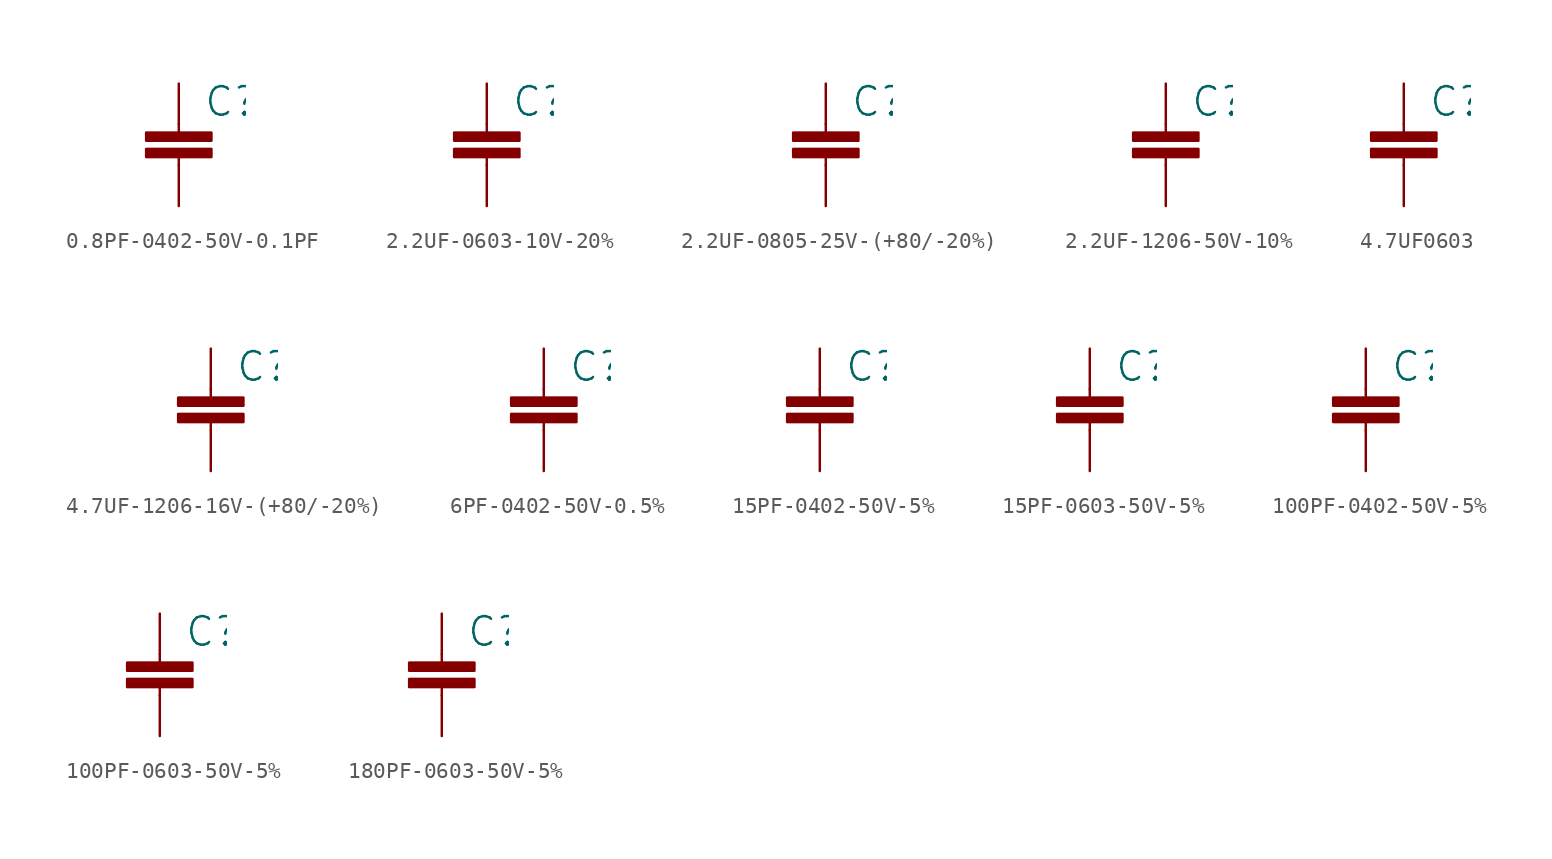
<source format=kicad_sym>
(kicad_symbol_lib
  (version 20220914)
  (generator kicad_symbol_editor)
  (symbol "0.8PF-0402-50V-0.1PF"
    (property "Reference" "C"
      (at 1.524 2.921 0)
      (effects (font (size 1.778 1.778)) (justify left bottom)))
    (property "Value" ""
      (at 1.524 -2.159 0)
      (effects (font (size 1.778 1.778)) (justify left bottom)))
    (property "ki_locked" ""
      (at 0 0 0)
      (effects (font (size 1.27 1.27))))
    (symbol "0.8PF-0402-50V-0.1PF_1_0"
      (rectangle (start -2.032 0.508) (end 2.032 1.016) (stroke (width 0) (type default)) (fill (type outline)))
      (rectangle (start -2.032 1.524) (end 2.032 2.032) (stroke (width 0) (type default)) (fill (type outline)))
      (polyline (pts (xy 0 0) (xy 0 0.508)) (stroke (width 0.152) (type solid)) (fill (type none)))
      (polyline (pts (xy 0 2.54) (xy 0 2.032)) (stroke (width 0.152) (type solid)) (fill (type none)))
      (pin passive line (at 0 5.08 270) (length 2.54) (name "1" (effects (font (size 0 0)))) (number "1" (effects (font (size 0 0)))))
      (pin passive line (at 0 -2.54 90) (length 2.54) (name "2" (effects (font (size 0 0)))) (number "2" (effects (font (size 0 0)))))))
  (symbol "2.2UF-0603-10V-20%"
    (property "Reference" "C"
      (at 1.524 2.921 0)
      (effects (font (size 1.778 1.778)) (justify left bottom)))
    (property "Value" ""
      (at 1.524 -2.159 0)
      (effects (font (size 1.778 1.778)) (justify left bottom)))
    (property "ki_locked" ""
      (at 0 0 0)
      (effects (font (size 1.27 1.27))))
    (symbol "2.2UF-0603-10V-20%_1_0"
      (rectangle (start -2.032 0.508) (end 2.032 1.016) (stroke (width 0) (type default)) (fill (type outline)))
      (rectangle (start -2.032 1.524) (end 2.032 2.032) (stroke (width 0) (type default)) (fill (type outline)))
      (polyline (pts (xy 0 0) (xy 0 0.508)) (stroke (width 0.152) (type solid)) (fill (type none)))
      (polyline (pts (xy 0 2.54) (xy 0 2.032)) (stroke (width 0.152) (type solid)) (fill (type none)))
      (pin passive line (at 0 5.08 270) (length 2.54) (name "1" (effects (font (size 0 0)))) (number "1" (effects (font (size 0 0)))))
      (pin passive line (at 0 -2.54 90) (length 2.54) (name "2" (effects (font (size 0 0)))) (number "2" (effects (font (size 0 0)))))))
  (symbol "2.2UF-0805-25V-(+80/-20%)"
    (property "Reference" "C"
      (at 1.524 2.921 0)
      (effects (font (size 1.778 1.778)) (justify left bottom)))
    (property "Value" ""
      (at 1.524 -2.159 0)
      (effects (font (size 1.778 1.778)) (justify left bottom)))
    (property "ki_locked" ""
      (at 0 0 0)
      (effects (font (size 1.27 1.27))))
    (symbol "2.2UF-0805-25V-(+80/-20%)_1_0"
      (rectangle (start -2.032 0.508) (end 2.032 1.016) (stroke (width 0) (type default)) (fill (type outline)))
      (rectangle (start -2.032 1.524) (end 2.032 2.032) (stroke (width 0) (type default)) (fill (type outline)))
      (polyline (pts (xy 0 0) (xy 0 0.508)) (stroke (width 0.152) (type solid)) (fill (type none)))
      (polyline (pts (xy 0 2.54) (xy 0 2.032)) (stroke (width 0.152) (type solid)) (fill (type none)))
      (pin passive line (at 0 5.08 270) (length 2.54) (name "1" (effects (font (size 0 0)))) (number "1" (effects (font (size 0 0)))))
      (pin passive line (at 0 -2.54 90) (length 2.54) (name "2" (effects (font (size 0 0)))) (number "2" (effects (font (size 0 0)))))))
  (symbol "2.2UF-1206-50V-10%"
    (property "Reference" "C"
      (at 1.524 2.921 0)
      (effects (font (size 1.778 1.778)) (justify left bottom)))
    (property "Value" ""
      (at 1.524 -2.159 0)
      (effects (font (size 1.778 1.778)) (justify left bottom)))
    (property "ki_locked" ""
      (at 0 0 0)
      (effects (font (size 1.27 1.27))))
    (symbol "2.2UF-1206-50V-10%_1_0"
      (rectangle (start -2.032 0.508) (end 2.032 1.016) (stroke (width 0) (type default)) (fill (type outline)))
      (rectangle (start -2.032 1.524) (end 2.032 2.032) (stroke (width 0) (type default)) (fill (type outline)))
      (polyline (pts (xy 0 0) (xy 0 0.508)) (stroke (width 0.152) (type solid)) (fill (type none)))
      (polyline (pts (xy 0 2.54) (xy 0 2.032)) (stroke (width 0.152) (type solid)) (fill (type none)))
      (pin passive line (at 0 5.08 270) (length 2.54) (name "1" (effects (font (size 0 0)))) (number "1" (effects (font (size 0 0)))))
      (pin passive line (at 0 -2.54 90) (length 2.54) (name "2" (effects (font (size 0 0)))) (number "2" (effects (font (size 0 0)))))))
  (symbol "4.7UF0603"
    (property "Reference" "C"
      (at 1.524 2.921 0)
      (effects (font (size 1.778 1.778)) (justify left bottom)))
    (property "Value" ""
      (at 1.524 -2.159 0)
      (effects (font (size 1.778 1.778)) (justify left bottom)))
    (property "ki_locked" ""
      (at 0 0 0)
      (effects (font (size 1.27 1.27))))
    (symbol "4.7UF0603_1_0"
      (rectangle (start -2.032 0.508) (end 2.032 1.016) (stroke (width 0) (type default)) (fill (type outline)))
      (rectangle (start -2.032 1.524) (end 2.032 2.032) (stroke (width 0) (type default)) (fill (type outline)))
      (polyline (pts (xy 0 0) (xy 0 0.508)) (stroke (width 0.152) (type solid)) (fill (type none)))
      (polyline (pts (xy 0 2.54) (xy 0 2.032)) (stroke (width 0.152) (type solid)) (fill (type none)))
      (pin passive line (at 0 5.08 270) (length 2.54) (name "1" (effects (font (size 0 0)))) (number "1" (effects (font (size 0 0)))))
      (pin passive line (at 0 -2.54 90) (length 2.54) (name "2" (effects (font (size 0 0)))) (number "2" (effects (font (size 0 0)))))))
  (symbol "4.7UF-1206-16V-(+80/-20%)"
    (property "Reference" "C"
      (at 1.524 2.921 0)
      (effects (font (size 1.778 1.778)) (justify left bottom)))
    (property "Value" ""
      (at 1.524 -2.159 0)
      (effects (font (size 1.778 1.778)) (justify left bottom)))
    (property "ki_locked" ""
      (at 0 0 0)
      (effects (font (size 1.27 1.27))))
    (symbol "4.7UF-1206-16V-(+80/-20%)_1_0"
      (rectangle (start -2.032 0.508) (end 2.032 1.016) (stroke (width 0) (type default)) (fill (type outline)))
      (rectangle (start -2.032 1.524) (end 2.032 2.032) (stroke (width 0) (type default)) (fill (type outline)))
      (polyline (pts (xy 0 0) (xy 0 0.508)) (stroke (width 0.152) (type solid)) (fill (type none)))
      (polyline (pts (xy 0 2.54) (xy 0 2.032)) (stroke (width 0.152) (type solid)) (fill (type none)))
      (pin passive line (at 0 5.08 270) (length 2.54) (name "1" (effects (font (size 0 0)))) (number "1" (effects (font (size 0 0)))))
      (pin passive line (at 0 -2.54 90) (length 2.54) (name "2" (effects (font (size 0 0)))) (number "2" (effects (font (size 0 0)))))))
  (symbol "6PF-0402-50V-0.5%"
    (property "Reference" "C"
      (at 1.524 2.921 0)
      (effects (font (size 1.778 1.778)) (justify left bottom)))
    (property "Value" ""
      (at 1.524 -2.159 0)
      (effects (font (size 1.778 1.778)) (justify left bottom)))
    (property "ki_locked" ""
      (at 0 0 0)
      (effects (font (size 1.27 1.27))))
    (symbol "6PF-0402-50V-0.5%_1_0"
      (rectangle (start -2.032 0.508) (end 2.032 1.016) (stroke (width 0) (type default)) (fill (type outline)))
      (rectangle (start -2.032 1.524) (end 2.032 2.032) (stroke (width 0) (type default)) (fill (type outline)))
      (polyline (pts (xy 0 0) (xy 0 0.508)) (stroke (width 0.152) (type solid)) (fill (type none)))
      (polyline (pts (xy 0 2.54) (xy 0 2.032)) (stroke (width 0.152) (type solid)) (fill (type none)))
      (pin passive line (at 0 5.08 270) (length 2.54) (name "1" (effects (font (size 0 0)))) (number "1" (effects (font (size 0 0)))))
      (pin passive line (at 0 -2.54 90) (length 2.54) (name "2" (effects (font (size 0 0)))) (number "2" (effects (font (size 0 0)))))))
  (symbol "15PF-0402-50V-5%"
    (property "Reference" "C"
      (at 1.524 2.921 0)
      (effects (font (size 1.778 1.778)) (justify left bottom)))
    (property "Value" ""
      (at 1.524 -2.159 0)
      (effects (font (size 1.778 1.778)) (justify left bottom)))
    (property "ki_locked" ""
      (at 0 0 0)
      (effects (font (size 1.27 1.27))))
    (symbol "15PF-0402-50V-5%_1_0"
      (rectangle (start -2.032 0.508) (end 2.032 1.016) (stroke (width 0) (type default)) (fill (type outline)))
      (rectangle (start -2.032 1.524) (end 2.032 2.032) (stroke (width 0) (type default)) (fill (type outline)))
      (polyline (pts (xy 0 0) (xy 0 0.508)) (stroke (width 0.152) (type solid)) (fill (type none)))
      (polyline (pts (xy 0 2.54) (xy 0 2.032)) (stroke (width 0.152) (type solid)) (fill (type none)))
      (pin passive line (at 0 5.08 270) (length 2.54) (name "1" (effects (font (size 0 0)))) (number "1" (effects (font (size 0 0)))))
      (pin passive line (at 0 -2.54 90) (length 2.54) (name "2" (effects (font (size 0 0)))) (number "2" (effects (font (size 0 0)))))))
  (symbol "15PF-0603-50V-5%"
    (property "Reference" "C"
      (at 1.524 2.921 0)
      (effects (font (size 1.778 1.778)) (justify left bottom)))
    (property "Value" ""
      (at 1.524 -2.159 0)
      (effects (font (size 1.778 1.778)) (justify left bottom)))
    (property "ki_locked" ""
      (at 0 0 0)
      (effects (font (size 1.27 1.27))))
    (symbol "15PF-0603-50V-5%_1_0"
      (rectangle (start -2.032 0.508) (end 2.032 1.016) (stroke (width 0) (type default)) (fill (type outline)))
      (rectangle (start -2.032 1.524) (end 2.032 2.032) (stroke (width 0) (type default)) (fill (type outline)))
      (polyline (pts (xy 0 0) (xy 0 0.508)) (stroke (width 0.152) (type solid)) (fill (type none)))
      (polyline (pts (xy 0 2.54) (xy 0 2.032)) (stroke (width 0.152) (type solid)) (fill (type none)))
      (pin passive line (at 0 5.08 270) (length 2.54) (name "1" (effects (font (size 0 0)))) (number "1" (effects (font (size 0 0)))))
      (pin passive line (at 0 -2.54 90) (length 2.54) (name "2" (effects (font (size 0 0)))) (number "2" (effects (font (size 0 0)))))))
  (symbol "100PF-0402-50V-5%"
    (property "Reference" "C"
      (at 1.524 2.921 0)
      (effects (font (size 1.778 1.778)) (justify left bottom)))
    (property "Value" ""
      (at 1.524 -2.159 0)
      (effects (font (size 1.778 1.778)) (justify left bottom)))
    (property "ki_locked" ""
      (at 0 0 0)
      (effects (font (size 1.27 1.27))))
    (symbol "100PF-0402-50V-5%_1_0"
      (rectangle (start -2.032 0.508) (end 2.032 1.016) (stroke (width 0) (type default)) (fill (type outline)))
      (rectangle (start -2.032 1.524) (end 2.032 2.032) (stroke (width 0) (type default)) (fill (type outline)))
      (polyline (pts (xy 0 0) (xy 0 0.508)) (stroke (width 0.152) (type solid)) (fill (type none)))
      (polyline (pts (xy 0 2.54) (xy 0 2.032)) (stroke (width 0.152) (type solid)) (fill (type none)))
      (pin passive line (at 0 5.08 270) (length 2.54) (name "1" (effects (font (size 0 0)))) (number "1" (effects (font (size 0 0)))))
      (pin passive line (at 0 -2.54 90) (length 2.54) (name "2" (effects (font (size 0 0)))) (number "2" (effects (font (size 0 0)))))))
  (symbol "100PF-0603-50V-5%"
    (property "Reference" "C"
      (at 1.524 2.921 0)
      (effects (font (size 1.778 1.778)) (justify left bottom)))
    (property "Value" ""
      (at 1.524 -2.159 0)
      (effects (font (size 1.778 1.778)) (justify left bottom)))
    (property "ki_locked" ""
      (at 0 0 0)
      (effects (font (size 1.27 1.27))))
    (symbol "100PF-0603-50V-5%_1_0"
      (rectangle (start -2.032 0.508) (end 2.032 1.016) (stroke (width 0) (type default)) (fill (type outline)))
      (rectangle (start -2.032 1.524) (end 2.032 2.032) (stroke (width 0) (type default)) (fill (type outline)))
      (polyline (pts (xy 0 0) (xy 0 0.508)) (stroke (width 0.152) (type solid)) (fill (type none)))
      (polyline (pts (xy 0 2.54) (xy 0 2.032)) (stroke (width 0.152) (type solid)) (fill (type none)))
      (pin passive line (at 0 5.08 270) (length 2.54) (name "1" (effects (font (size 0 0)))) (number "1" (effects (font (size 0 0)))))
      (pin passive line (at 0 -2.54 90) (length 2.54) (name "2" (effects (font (size 0 0)))) (number "2" (effects (font (size 0 0)))))))
  (symbol "180PF-0603-50V-5%"
    (property "Reference" "C"
      (at 1.524 2.921 0)
      (effects (font (size 1.778 1.778)) (justify left bottom)))
    (property "Value" ""
      (at 1.524 -2.159 0)
      (effects (font (size 1.778 1.778)) (justify left bottom)))
    (property "ki_locked" ""
      (at 0 0 0)
      (effects (font (size 1.27 1.27))))
    (symbol "180PF-0603-50V-5%_1_0"
      (rectangle (start -2.032 0.508) (end 2.032 1.016) (stroke (width 0) (type default)) (fill (type outline)))
      (rectangle (start -2.032 1.524) (end 2.032 2.032) (stroke (width 0) (type default)) (fill (type outline)))
      (polyline (pts (xy 0 0) (xy 0 0.508)) (stroke (width 0.152) (type solid)) (fill (type none)))
      (polyline (pts (xy 0 2.54) (xy 0 2.032)) (stroke (width 0.152) (type solid)) (fill (type none)))
      (pin passive line (at 0 5.08 270) (length 2.54) (name "1" (effects (font (size 0 0)))) (number "1" (effects (font (size 0 0)))))
      (pin passive line (at 0 -2.54 90) (length 2.54) (name "2" (effects (font (size 0 0)))) (number "2" (effects (font (size 0 0))))))))
</source>
